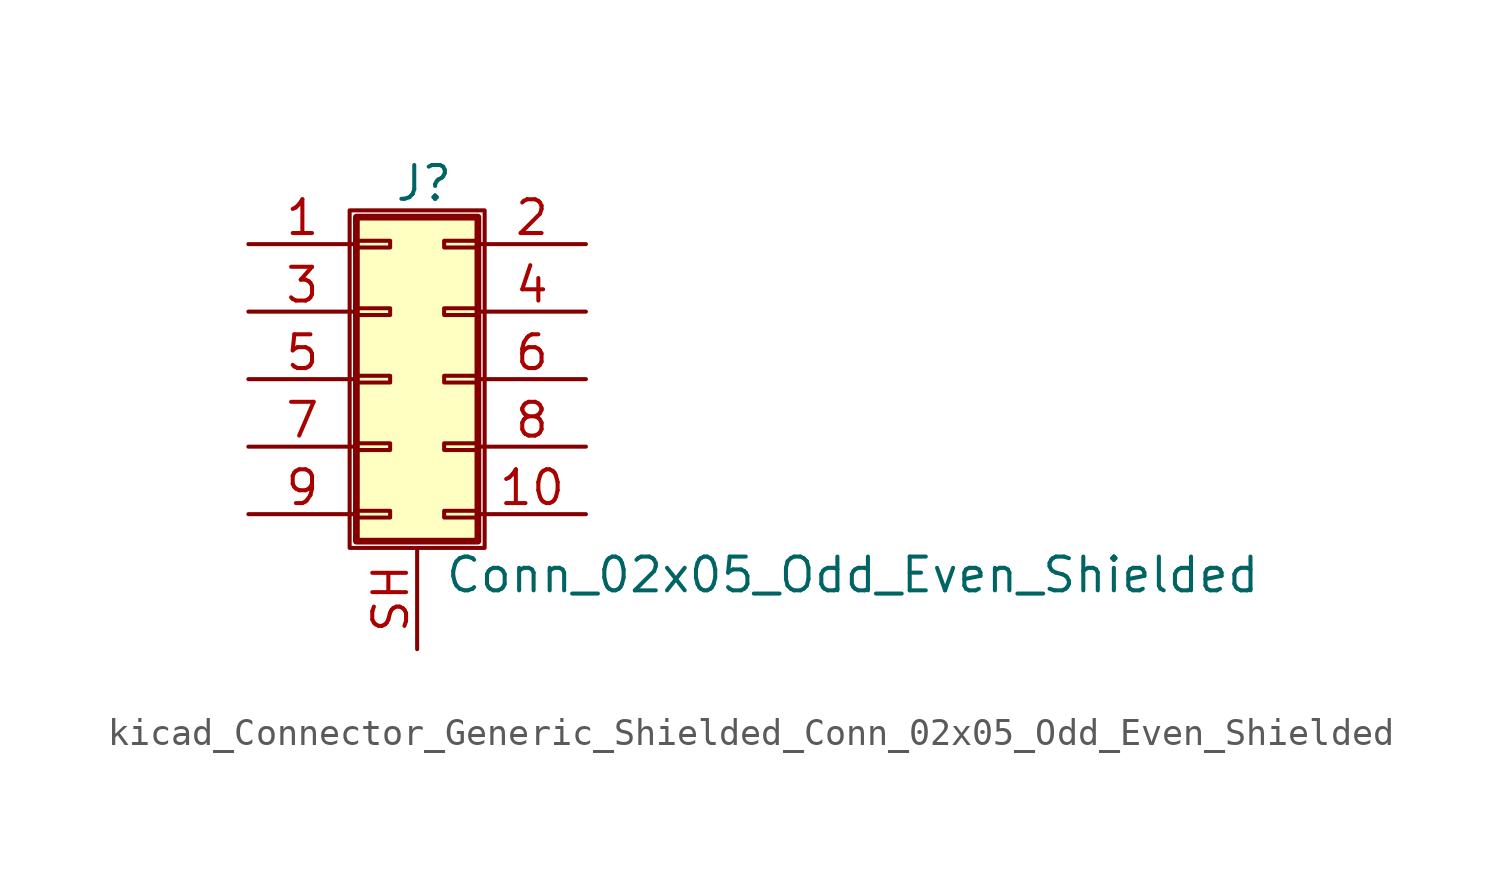
<source format=kicad_sym>
(kicad_symbol_lib
  (version 20220914)
  (generator kicad_symbol_editor)
  (symbol "kicad_Connector_Generic_Shielded_Conn_02x05_Odd_Even_Shielded"
    (pin_names
      (offset 1.016) hide)
    (property "Reference" "J"
      (at 1.524 7.366 0)
      (effects (font (size 1.27 1.27))))
    (property "Value" "Conn_02x05_Odd_Even_Shielded"
      (at 2.286 -7.366 0)
      (effects (font (size 1.27 1.27)) (justify left)))
    (symbol "kicad_Connector_Generic_Shielded_Conn_02x05_Odd_Even_Shielded_1_1"
      (rectangle (start -1.27 6.35) (end 3.81 -6.35) (stroke (width 0.152) (type default)) (fill (type none)))
      (rectangle (start -1.016 -4.953) (end 0.254 -5.207) (stroke (width 0.152) (type default)) (fill (type none)))
      (rectangle (start -1.016 -2.413) (end 0.254 -2.667) (stroke (width 0.152) (type default)) (fill (type none)))
      (rectangle (start -1.016 0.127) (end 0.254 -0.127) (stroke (width 0.152) (type default)) (fill (type none)))
      (rectangle (start -1.016 2.667) (end 0.254 2.413) (stroke (width 0.152) (type default)) (fill (type none)))
      (rectangle (start -1.016 5.207) (end 0.254 4.953) (stroke (width 0.152) (type default)) (fill (type none)))
      (rectangle (start -1.016 6.096) (end 3.556 -6.096) (stroke (width 0.254) (type default)) (fill (type background)))
      (rectangle (start 3.556 -4.953) (end 2.286 -5.207) (stroke (width 0.152) (type default)) (fill (type none)))
      (rectangle (start 3.556 -2.413) (end 2.286 -2.667) (stroke (width 0.152) (type default)) (fill (type none)))
      (rectangle (start 3.556 0.127) (end 2.286 -0.127) (stroke (width 0.152) (type default)) (fill (type none)))
      (rectangle (start 3.556 2.667) (end 2.286 2.413) (stroke (width 0.152) (type default)) (fill (type none)))
      (rectangle (start 3.556 5.207) (end 2.286 4.953) (stroke (width 0.152) (type default)) (fill (type none)))
      (pin passive line (at -5.08 5.08 0) (length 4.064) (name "Pin_1" (effects (font (size 1.27 1.27)))) (number "1" (effects (font (size 1.27 1.27)))))
      (pin passive line (at 7.62 -5.08 180) (length 4.064) (name "Pin_10" (effects (font (size 1.27 1.27)))) (number "10" (effects (font (size 1.27 1.27)))))
      (pin passive line (at 7.62 5.08 180) (length 4.064) (name "Pin_2" (effects (font (size 1.27 1.27)))) (number "2" (effects (font (size 1.27 1.27)))))
      (pin passive line (at -5.08 2.54 0) (length 4.064) (name "Pin_3" (effects (font (size 1.27 1.27)))) (number "3" (effects (font (size 1.27 1.27)))))
      (pin passive line (at 7.62 2.54 180) (length 4.064) (name "Pin_4" (effects (font (size 1.27 1.27)))) (number "4" (effects (font (size 1.27 1.27)))))
      (pin passive line (at -5.08 0 0) (length 4.064) (name "Pin_5" (effects (font (size 1.27 1.27)))) (number "5" (effects (font (size 1.27 1.27)))))
      (pin passive line (at 7.62 0 180) (length 4.064) (name "Pin_6" (effects (font (size 1.27 1.27)))) (number "6" (effects (font (size 1.27 1.27)))))
      (pin passive line (at -5.08 -2.54 0) (length 4.064) (name "Pin_7" (effects (font (size 1.27 1.27)))) (number "7" (effects (font (size 1.27 1.27)))))
      (pin passive line (at 7.62 -2.54 180) (length 4.064) (name "Pin_8" (effects (font (size 1.27 1.27)))) (number "8" (effects (font (size 1.27 1.27)))))
      (pin passive line (at -5.08 -5.08 0) (length 4.064) (name "Pin_9" (effects (font (size 1.27 1.27)))) (number "9" (effects (font (size 1.27 1.27)))))
      (pin passive line (at 1.27 -10.16 90) (length 3.81) (name "Shield" (effects (font (size 1.27 1.27)))) (number "SH" (effects (font (size 1.27 1.27))))))))
</source>
